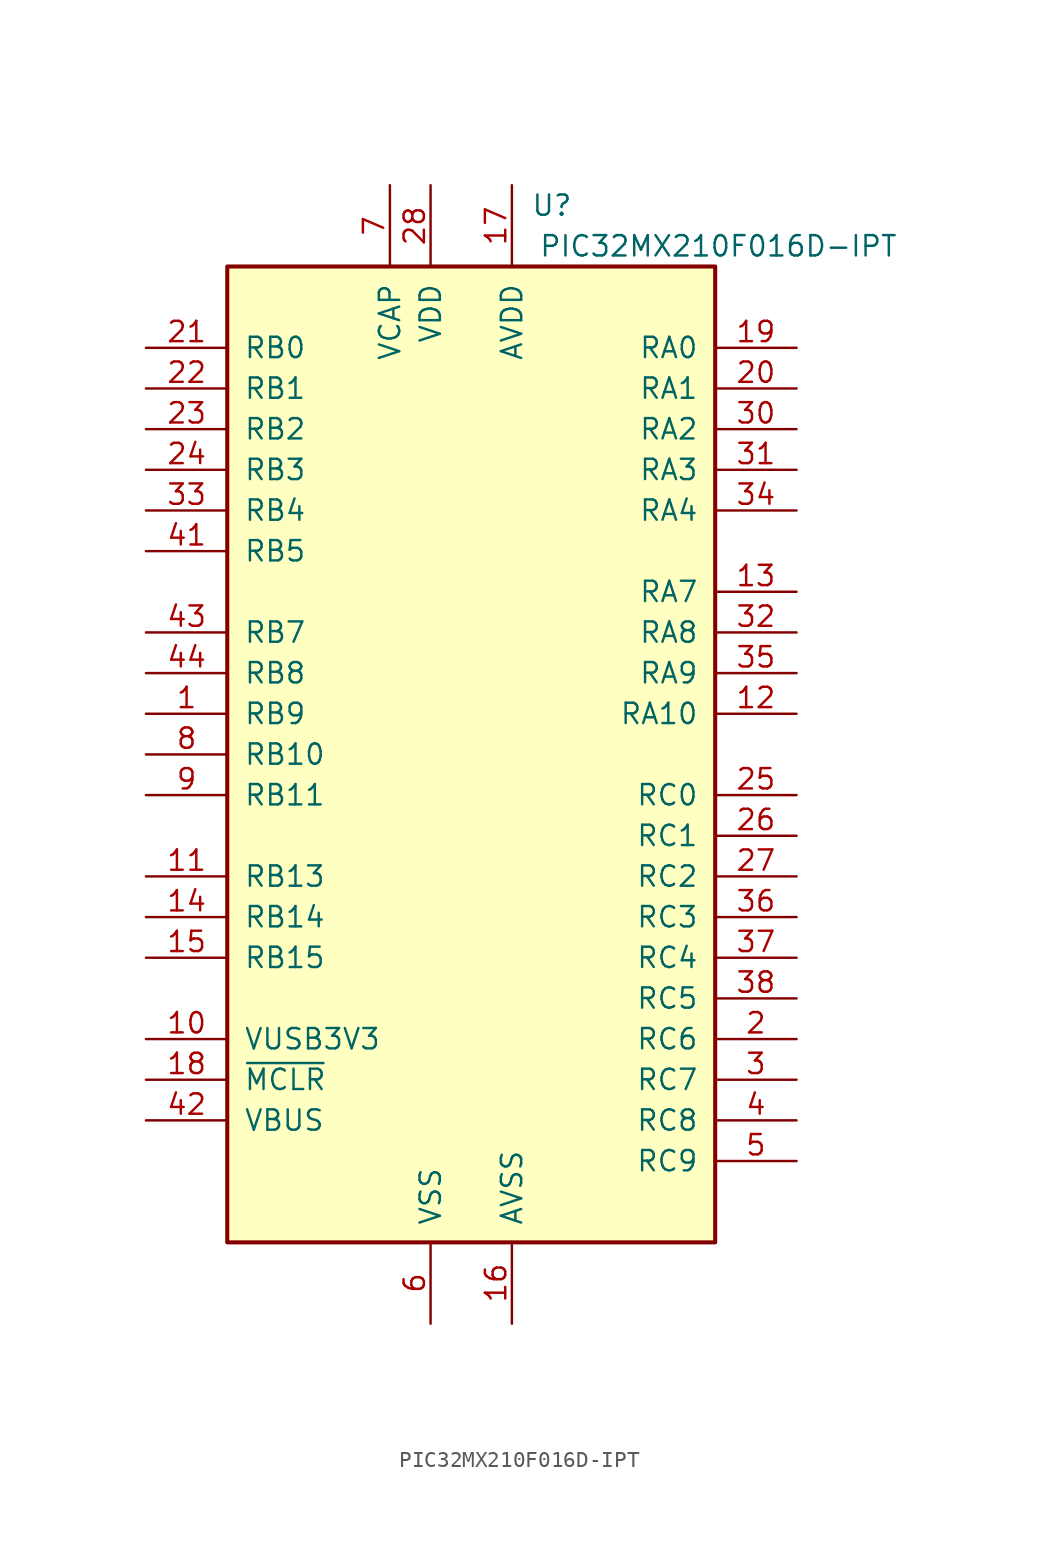
<source format=kicad_sym>
(kicad_symbol_lib
  (version 20241209)
  (generator "kicad_symbol_editor")
  (generator_version "9.0")
  (symbol "PIC32MX210F016D-IPT"
    (pin_names
      (offset 1.016))
    (property "Reference" "U"
      (at 6.35 34.29 0)
      (effects (font (size 1.27 1.27)) (justify right)))
    (property "Value" "PIC32MX210F016D-IPT"
      (at 26.67 31.75 0)
      (effects (font (size 1.27 1.27)) (justify right)))
    (symbol "PIC32MX210F016D-IPT_0_1"
      (rectangle (start -15.24 30.48) (end 15.24 -30.48) (stroke (width 0.254) (type default)) (fill (type background))))
    (symbol "PIC32MX210F016D-IPT_1_1"
      (pin input line (at -20.32 25.4 0) (length 5.08) (name "RB0" (effects (font (size 1.27 1.27)))) (number "21" (effects (font (size 1.27 1.27)))))
      (pin input line (at -20.32 22.86 0) (length 5.08) (name "RB1" (effects (font (size 1.27 1.27)))) (number "22" (effects (font (size 1.27 1.27)))))
      (pin input line (at -20.32 20.32 0) (length 5.08) (name "RB2" (effects (font (size 1.27 1.27)))) (number "23" (effects (font (size 1.27 1.27)))))
      (pin input line (at -20.32 17.78 0) (length 5.08) (name "RB3" (effects (font (size 1.27 1.27)))) (number "24" (effects (font (size 1.27 1.27)))))
      (pin input line (at -20.32 15.24 0) (length 5.08) (name "RB4" (effects (font (size 1.27 1.27)))) (number "33" (effects (font (size 1.27 1.27)))))
      (pin input line (at -20.32 12.7 0) (length 5.08) (name "RB5" (effects (font (size 1.27 1.27)))) (number "41" (effects (font (size 1.27 1.27)))))
      (pin input line (at -20.32 7.62 0) (length 5.08) (name "RB7" (effects (font (size 1.27 1.27)))) (number "43" (effects (font (size 1.27 1.27)))))
      (pin input line (at -20.32 5.08 0) (length 5.08) (name "RB8" (effects (font (size 1.27 1.27)))) (number "44" (effects (font (size 1.27 1.27)))))
      (pin bidirectional line (at -20.32 2.54 0) (length 5.08) (name "RB9" (effects (font (size 1.27 1.27)))) (number "1" (effects (font (size 1.27 1.27)))))
      (pin bidirectional line (at -20.32 0 0) (length 5.08) (name "RB10" (effects (font (size 1.27 1.27)))) (number "8" (effects (font (size 1.27 1.27)))))
      (pin bidirectional line (at -20.32 -2.54 0) (length 5.08) (name "RB11" (effects (font (size 1.27 1.27)))) (number "9" (effects (font (size 1.27 1.27)))))
      (pin bidirectional line (at -20.32 -7.62 0) (length 5.08) (name "RB13" (effects (font (size 1.27 1.27)))) (number "11" (effects (font (size 1.27 1.27)))))
      (pin bidirectional line (at -20.32 -10.16 0) (length 5.08) (name "RB14" (effects (font (size 1.27 1.27)))) (number "14" (effects (font (size 1.27 1.27)))))
      (pin bidirectional line (at -20.32 -12.7 0) (length 5.08) (name "RB15" (effects (font (size 1.27 1.27)))) (number "15" (effects (font (size 1.27 1.27)))))
      (pin bidirectional line (at -20.32 -17.78 0) (length 5.08) (name "VUSB3V3" (effects (font (size 1.27 1.27)))) (number "10" (effects (font (size 1.27 1.27)))))
      (pin input line (at -20.32 -20.32 0) (length 5.08) (name "~{MCLR}" (effects (font (size 1.27 1.27)))) (number "18" (effects (font (size 1.27 1.27)))))
      (pin input line (at -20.32 -22.86 0) (length 5.08) (name "VBUS" (effects (font (size 1.27 1.27)))) (number "42" (effects (font (size 1.27 1.27)))))
      (pin power_in line (at -5.08 35.56 270) (length 5.08) (name "VCAP" (effects (font (size 1.27 1.27)))) (number "7" (effects (font (size 1.27 1.27)))))
      (pin power_in line (at -2.54 35.56 270) (length 5.08) (name "VDD" (effects (font (size 1.27 1.27)))) (number "28" (effects (font (size 1.27 1.27)))))
      (pin passive line (at -2.54 35.56 270) (length 5.08) (hide yes) (name "VDD" (effects (font (size 1.27 1.27)))) (number "40" (effects (font (size 1.27 1.27)))))
      (pin passive line (at -2.54 -35.56 90) (length 5.08) (hide yes) (name "VSS" (effects (font (size 1.27 1.27)))) (number "29" (effects (font (size 1.27 1.27)))))
      (pin passive line (at -2.54 -35.56 90) (length 5.08) (hide yes) (name "VSS" (effects (font (size 1.27 1.27)))) (number "39" (effects (font (size 1.27 1.27)))))
      (pin power_in line (at -2.54 -35.56 90) (length 5.08) (name "VSS" (effects (font (size 1.27 1.27)))) (number "6" (effects (font (size 1.27 1.27)))))
      (pin power_in line (at 2.54 35.56 270) (length 5.08) (name "AVDD" (effects (font (size 1.27 1.27)))) (number "17" (effects (font (size 1.27 1.27)))))
      (pin power_in line (at 2.54 -35.56 90) (length 5.08) (name "AVSS" (effects (font (size 1.27 1.27)))) (number "16" (effects (font (size 1.27 1.27)))))
      (pin input line (at 20.32 25.4 180) (length 5.08) (name "RA0" (effects (font (size 1.27 1.27)))) (number "19" (effects (font (size 1.27 1.27)))))
      (pin input line (at 20.32 22.86 180) (length 5.08) (name "RA1" (effects (font (size 1.27 1.27)))) (number "20" (effects (font (size 1.27 1.27)))))
      (pin input line (at 20.32 20.32 180) (length 5.08) (name "RA2" (effects (font (size 1.27 1.27)))) (number "30" (effects (font (size 1.27 1.27)))))
      (pin input line (at 20.32 17.78 180) (length 5.08) (name "RA3" (effects (font (size 1.27 1.27)))) (number "31" (effects (font (size 1.27 1.27)))))
      (pin input line (at 20.32 15.24 180) (length 5.08) (name "RA4" (effects (font (size 1.27 1.27)))) (number "34" (effects (font (size 1.27 1.27)))))
      (pin bidirectional line (at 20.32 10.16 180) (length 5.08) (name "RA7" (effects (font (size 1.27 1.27)))) (number "13" (effects (font (size 1.27 1.27)))))
      (pin input line (at 20.32 7.62 180) (length 5.08) (name "RA8" (effects (font (size 1.27 1.27)))) (number "32" (effects (font (size 1.27 1.27)))))
      (pin input line (at 20.32 5.08 180) (length 5.08) (name "RA9" (effects (font (size 1.27 1.27)))) (number "35" (effects (font (size 1.27 1.27)))))
      (pin bidirectional line (at 20.32 2.54 180) (length 5.08) (name "RA10" (effects (font (size 1.27 1.27)))) (number "12" (effects (font (size 1.27 1.27)))))
      (pin input line (at 20.32 -2.54 180) (length 5.08) (name "RC0" (effects (font (size 1.27 1.27)))) (number "25" (effects (font (size 1.27 1.27)))))
      (pin input line (at 20.32 -5.08 180) (length 5.08) (name "RC1" (effects (font (size 1.27 1.27)))) (number "26" (effects (font (size 1.27 1.27)))))
      (pin input line (at 20.32 -7.62 180) (length 5.08) (name "RC2" (effects (font (size 1.27 1.27)))) (number "27" (effects (font (size 1.27 1.27)))))
      (pin input line (at 20.32 -10.16 180) (length 5.08) (name "RC3" (effects (font (size 1.27 1.27)))) (number "36" (effects (font (size 1.27 1.27)))))
      (pin input line (at 20.32 -12.7 180) (length 5.08) (name "RC4" (effects (font (size 1.27 1.27)))) (number "37" (effects (font (size 1.27 1.27)))))
      (pin input line (at 20.32 -15.24 180) (length 5.08) (name "RC5" (effects (font (size 1.27 1.27)))) (number "38" (effects (font (size 1.27 1.27)))))
      (pin bidirectional line (at 20.32 -17.78 180) (length 5.08) (name "RC6" (effects (font (size 1.27 1.27)))) (number "2" (effects (font (size 1.27 1.27)))))
      (pin bidirectional line (at 20.32 -20.32 180) (length 5.08) (name "RC7" (effects (font (size 1.27 1.27)))) (number "3" (effects (font (size 1.27 1.27)))))
      (pin bidirectional line (at 20.32 -22.86 180) (length 5.08) (name "RC8" (effects (font (size 1.27 1.27)))) (number "4" (effects (font (size 1.27 1.27)))))
      (pin bidirectional line (at 20.32 -25.4 180) (length 5.08) (name "RC9" (effects (font (size 1.27 1.27)))) (number "5" (effects (font (size 1.27 1.27))))))))
</source>
